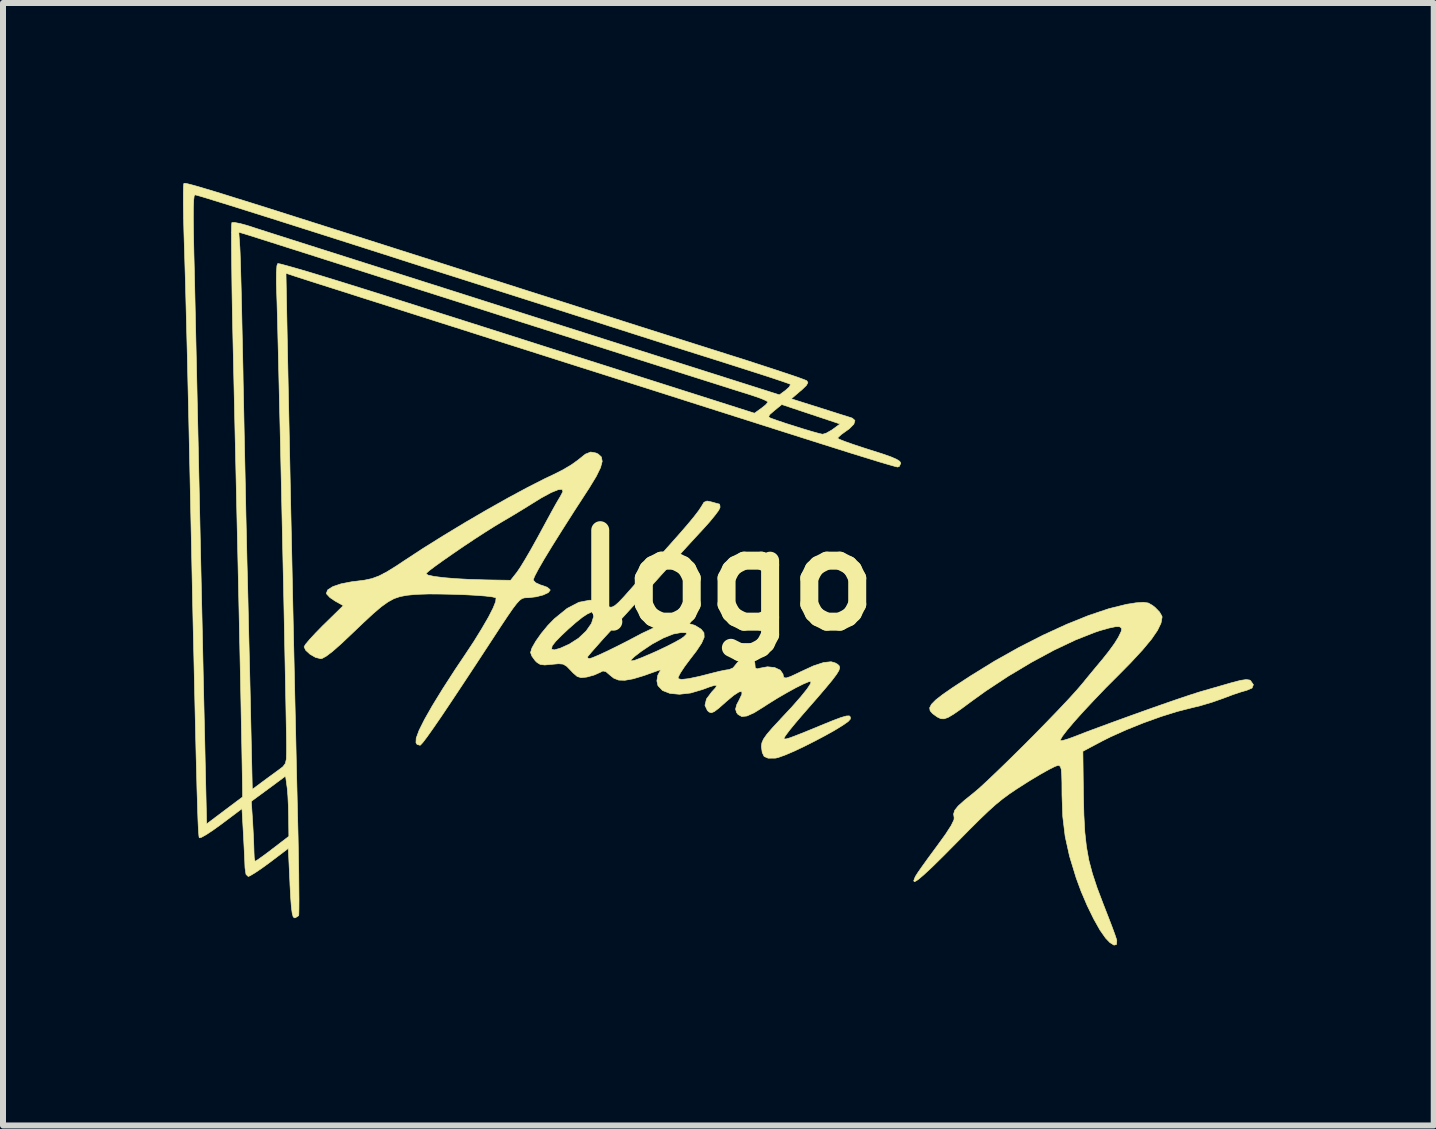
<source format=kicad_pcb>
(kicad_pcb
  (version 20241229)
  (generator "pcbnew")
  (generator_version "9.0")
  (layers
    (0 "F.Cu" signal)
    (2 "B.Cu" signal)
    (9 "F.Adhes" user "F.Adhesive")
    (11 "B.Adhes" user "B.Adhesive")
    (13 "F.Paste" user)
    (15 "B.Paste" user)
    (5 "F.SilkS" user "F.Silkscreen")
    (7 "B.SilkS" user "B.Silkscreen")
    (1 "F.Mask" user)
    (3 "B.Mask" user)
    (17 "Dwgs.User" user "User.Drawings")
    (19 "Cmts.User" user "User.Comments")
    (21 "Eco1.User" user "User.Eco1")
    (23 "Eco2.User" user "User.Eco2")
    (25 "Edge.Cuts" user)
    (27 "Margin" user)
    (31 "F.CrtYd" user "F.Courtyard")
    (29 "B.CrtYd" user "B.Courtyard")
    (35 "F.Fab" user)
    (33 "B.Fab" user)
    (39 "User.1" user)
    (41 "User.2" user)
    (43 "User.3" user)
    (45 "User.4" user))
  (footprint "logo"
    (layer "F.Cu")
    (at 9.056 6.619)
    (property "Reference" "logo" (at 0 0 0) (layer "F.SilkS") (effects (font (size 1.524 1.524) (thickness 0.3))))
    (attr through_hole)
    (fp_poly (pts (xy -2.179 -2.122) (xy -2.138 -2.103) (xy -2.086 -2.055) (xy -2.072 -1.982) (xy -2.1 -1.877) (xy -2.171 -1.732) (xy -2.287 -1.541) (xy -2.307 -1.51) (xy -2.538 -1.154) (xy -2.738 -0.84) (xy -2.906 -0.572) (xy -3.04 -0.352) (xy -3.138 -0.182) (xy -3.199 -0.066) (xy -3.221 -0.007) (xy -3.221 -0.003) (xy -3.182 0.04) (xy -3.099 0.078) (xy -3.075 0.084) (xy -2.988 0.116) (xy -2.942 0.155) (xy -2.939 0.165) (xy -2.972 0.206) (xy -3.057 0.245) (xy -3.174 0.275) (xy -3.303 0.29) (xy -3.331 0.29) (xy -3.371 0.293) (xy -3.409 0.305) (xy -3.449 0.335) (xy -3.499 0.389) (xy -3.565 0.476) (xy -3.652 0.602) (xy -3.767 0.775) (xy -3.893 0.968) (xy -4.164 1.382) (xy -4.398 1.737) (xy -4.596 2.035) (xy -4.759 2.278) (xy -4.89 2.468) (xy -4.989 2.608) (xy -5.058 2.699) (xy -5.099 2.744) (xy -5.107 2.749) (xy -5.157 2.734) (xy -5.175 2.705) (xy -5.171 2.63) (xy -5.123 2.5) (xy -5.032 2.318) (xy -4.9 2.086) (xy -4.728 1.806) (xy -4.518 1.481) (xy -4.364 1.252) (xy -4.208 1.016) (xy -4.075 0.8) (xy -3.967 0.614) (xy -3.89 0.463) (xy -3.847 0.355) (xy -3.841 0.296) (xy -3.846 0.29) (xy -3.904 0.276) (xy -4.02 0.262) (xy -4.18 0.25) (xy -4.368 0.24) (xy -4.572 0.233) (xy -4.775 0.229) (xy -4.965 0.228) (xy -5.125 0.233) (xy -5.198 0.237) (xy -5.328 0.25) (xy -5.439 0.271) (xy -5.54 0.305) (xy -5.641 0.36) (xy -5.754 0.441) (xy -5.889 0.556) (xy -6.055 0.71) (xy -6.227 0.874) (xy -6.416 1.053) (xy -6.562 1.182) (xy -6.668 1.263) (xy -6.739 1.302) (xy -6.762 1.306) (xy -6.848 1.285) (xy -6.94 1.232) (xy -7.012 1.166) (xy -7.039 1.109) (xy -7.015 1.067) (xy -6.947 0.986) (xy -6.847 0.878) (xy -6.725 0.753) (xy -6.713 0.742) (xy -6.386 0.422) (xy -6.522 0.346) (xy -6.609 0.287) (xy -6.662 0.23) (xy -6.668 0.215) (xy -6.645 0.159) (xy -6.56 0.105) (xy -6.424 0.059) (xy -6.249 0.025) (xy -6.184 0.017) (xy -6.033 -0.002) (xy -5.908 -0.029) (xy -5.79 -0.073) (xy -5.72 -0.109) (xy -5.007 -0.109) (xy -4.973 -0.086) (xy -4.874 -0.065) (xy -4.72 -0.045) (xy -4.519 -0.028) (xy -4.281 -0.015) (xy -4.014 -0.007) (xy -3.967 -0.006) (xy -3.598 0) (xy -3.491 -0.136) (xy -3.437 -0.215) (xy -3.358 -0.344) (xy -3.263 -0.507) (xy -3.16 -0.692) (xy -3.102 -0.798) (xy -3.003 -0.981) (xy -2.914 -1.145) (xy -2.84 -1.278) (xy -2.788 -1.367) (xy -2.77 -1.396) (xy -2.727 -1.478) (xy -2.74 -1.516) (xy -2.806 -1.51) (xy -2.923 -1.462) (xy -3.091 -1.371) (xy -3.281 -1.253) (xy -3.404 -1.177) (xy -3.559 -1.083) (xy -3.716 -0.99) (xy -3.737 -0.978) (xy -3.872 -0.897) (xy -4.032 -0.796) (xy -4.208 -0.682) (xy -4.388 -0.562) (xy -4.563 -0.442) (xy -4.722 -0.331) (xy -4.856 -0.235) (xy -4.953 -0.162) (xy -5.003 -0.117) (xy -5.007 -0.109) (xy -5.72 -0.109) (xy -5.661 -0.14) (xy -5.503 -0.238) (xy -5.383 -0.318) (xy -5.064 -0.527) (xy -4.717 -0.744) (xy -4.355 -0.963) (xy -3.991 -1.175) (xy -3.639 -1.373) (xy -3.312 -1.549) (xy -3.023 -1.696) (xy -2.88 -1.763) (xy -2.728 -1.84) (xy -2.583 -1.926) (xy -2.473 -2.005) (xy -2.46 -2.016) (xy -2.351 -2.103) (xy -2.264 -2.137) (xy -2.179 -2.122)) (stroke (width 0.01) (type solid)) (fill yes) (layer "F.SilkS"))
    (fp_poly (pts (xy 7.026 0.378) (xy 7.095 0.417) (xy 7.14 0.452) (xy 7.214 0.528) (xy 7.254 0.597) (xy 7.257 0.613) (xy 7.239 0.713) (xy 7.181 0.834) (xy 7.08 0.981) (xy 6.932 1.159) (xy 6.734 1.373) (xy 6.53 1.58) (xy 6.317 1.793) (xy 6.121 1.998) (xy 5.945 2.186) (xy 5.795 2.353) (xy 5.678 2.491) (xy 5.598 2.595) (xy 5.562 2.657) (xy 5.562 2.672) (xy 5.603 2.669) (xy 5.691 2.643) (xy 5.809 2.6) (xy 5.811 2.599) (xy 5.993 2.528) (xy 6.217 2.445) (xy 6.469 2.352) (xy 6.737 2.255) (xy 7.008 2.158) (xy 7.269 2.066) (xy 7.506 1.984) (xy 7.708 1.916) (xy 7.86 1.867) (xy 7.91 1.852) (xy 8.073 1.805) (xy 8.261 1.751) (xy 8.413 1.707) (xy 8.562 1.668) (xy 8.658 1.654) (xy 8.715 1.662) (xy 8.731 1.672) (xy 8.778 1.739) (xy 8.756 1.795) (xy 8.667 1.833) (xy 8.663 1.834) (xy 8.572 1.86) (xy 8.44 1.904) (xy 8.294 1.959) (xy 8.276 1.966) (xy 8.097 2.029) (xy 7.896 2.089) (xy 7.732 2.129) (xy 7.505 2.187) (xy 7.237 2.271) (xy 6.948 2.375) (xy 6.662 2.49) (xy 6.399 2.608) (xy 6.261 2.677) (xy 5.937 2.849) (xy 5.946 3.574) (xy 5.954 3.911) (xy 5.969 4.192) (xy 5.996 4.437) (xy 6.036 4.662) (xy 6.095 4.885) (xy 6.174 5.124) (xy 6.277 5.396) (xy 6.291 5.432) (xy 6.362 5.614) (xy 6.424 5.776) (xy 6.471 5.904) (xy 6.498 5.985) (xy 6.502 6.002) (xy 6.497 6.068) (xy 6.456 6.079) (xy 6.387 6.036) (xy 6.316 5.962) (xy 6.222 5.828) (xy 6.117 5.641) (xy 6.009 5.42) (xy 5.907 5.181) (xy 5.825 4.958) (xy 5.715 4.598) (xy 5.642 4.268) (xy 5.602 3.937) (xy 5.589 3.577) (xy 5.589 3.565) (xy 5.588 3.37) (xy 5.584 3.236) (xy 5.577 3.151) (xy 5.563 3.106) (xy 5.543 3.087) (xy 5.522 3.084) (xy 5.469 3.103) (xy 5.368 3.154) (xy 5.231 3.231) (xy 5.07 3.327) (xy 4.987 3.379) (xy 4.838 3.474) (xy 4.712 3.559) (xy 4.597 3.644) (xy 4.482 3.738) (xy 4.359 3.849) (xy 4.215 3.987) (xy 4.042 4.159) (xy 3.838 4.366) (xy 3.608 4.598) (xy 3.424 4.779) (xy 3.285 4.908) (xy 3.189 4.989) (xy 3.134 5.022) (xy 3.118 5.009) (xy 3.139 4.951) (xy 3.152 4.926) (xy 3.189 4.868) (xy 3.261 4.765) (xy 3.358 4.63) (xy 3.47 4.478) (xy 3.504 4.432) (xy 3.648 4.233) (xy 3.743 4.086) (xy 3.789 3.991) (xy 3.792 3.956) (xy 3.783 3.894) (xy 3.802 3.832) (xy 3.859 3.761) (xy 3.961 3.669) (xy 4.094 3.562) (xy 4.195 3.478) (xy 4.336 3.349) (xy 4.508 3.185) (xy 4.703 2.996) (xy 4.911 2.791) (xy 5.124 2.578) (xy 5.331 2.366) (xy 5.524 2.166) (xy 5.695 1.985) (xy 5.833 1.833) (xy 5.93 1.72) (xy 6.03 1.597) (xy 6.152 1.45) (xy 6.268 1.311) (xy 6.269 1.31) (xy 6.371 1.181) (xy 6.464 1.053) (xy 6.528 0.95) (xy 6.533 0.94) (xy 6.576 0.851) (xy 6.585 0.804) (xy 6.562 0.781) (xy 6.543 0.773) (xy 6.481 0.773) (xy 6.367 0.797) (xy 6.219 0.839) (xy 6.133 0.868) (xy 5.812 0.995) (xy 5.455 1.164) (xy 5.077 1.368) (xy 4.694 1.597) (xy 4.321 1.843) (xy 4.082 2.015) (xy 3.909 2.143) (xy 3.782 2.231) (xy 3.691 2.285) (xy 3.624 2.308) (xy 3.571 2.306) (xy 3.521 2.283) (xy 3.501 2.271) (xy 3.433 2.221) (xy 3.392 2.174) (xy 3.384 2.125) (xy 3.414 2.066) (xy 3.485 1.994) (xy 3.603 1.902) (xy 3.772 1.785) (xy 3.997 1.638) (xy 4.069 1.591) (xy 4.468 1.345) (xy 4.873 1.118) (xy 5.276 0.913) (xy 5.666 0.734) (xy 6.033 0.586) (xy 6.37 0.473) (xy 6.665 0.4) (xy 6.823 0.375) (xy 6.945 0.367) (xy 7.026 0.378)) (stroke (width 0.01) (type solid)) (fill yes) (layer "F.SilkS"))
    (fp_poly (pts (xy -0.245 -1.304) (xy -0.163 -1.281) (xy -0.12 -1.27) (xy -0.118 -1.27) (xy -0.11 -1.24) (xy -0.109 -1.213) (xy -0.132 -1.165) (xy -0.197 -1.078) (xy -0.291 -0.964) (xy -0.39 -0.854) (xy -0.516 -0.718) (xy -0.673 -0.547) (xy -0.845 -0.357) (xy -1.016 -0.168) (xy -1.089 -0.088) (xy -1.269 0.113) (xy -1.475 0.339) (xy -1.682 0.567) (xy -1.87 0.772) (xy -1.914 0.821) (xy -2.05 0.969) (xy -2.166 1.1) (xy -2.256 1.202) (xy -2.31 1.267) (xy -2.322 1.285) (xy -2.295 1.306) (xy -2.288 1.306) (xy -2.234 1.29) (xy -2.13 1.246) (xy -1.987 1.18) (xy -1.82 1.098) (xy -1.641 1.007) (xy -1.463 0.913) (xy -1.419 0.889) (xy -1.154 0.764) (xy -0.922 0.7) (xy -0.718 0.695) (xy -0.533 0.749) (xy -0.515 0.758) (xy -0.425 0.814) (xy -0.377 0.873) (xy -0.373 0.948) (xy -0.415 1.046) (xy -0.504 1.18) (xy -0.601 1.306) (xy -0.696 1.433) (xy -0.767 1.54) (xy -0.805 1.613) (xy -0.807 1.639) (xy -0.751 1.652) (xy -0.631 1.639) (xy -0.448 1.6) (xy -0.237 1.546) (xy -0.112 1.515) (xy -0.007 1.494) (xy 0.043 1.488) (xy 0.109 1.459) (xy 0.145 1.415) (xy 0.214 1.33) (xy 0.305 1.27) (xy 0.39 1.25) (xy 0.412 1.255) (xy 0.459 1.309) (xy 0.472 1.385) (xy 0.478 1.459) (xy 0.509 1.476) (xy 0.553 1.465) (xy 0.682 1.441) (xy 0.802 1.454) (xy 0.895 1.497) (xy 0.941 1.564) (xy 0.943 1.583) (xy 0.954 1.62) (xy 0.992 1.628) (xy 1.068 1.603) (xy 1.194 1.544) (xy 1.226 1.528) (xy 1.447 1.426) (xy 1.617 1.37) (xy 1.742 1.357) (xy 1.809 1.376) (xy 1.85 1.399) (xy 1.876 1.424) (xy 1.885 1.456) (xy 1.872 1.502) (xy 1.832 1.568) (xy 1.762 1.661) (xy 1.658 1.787) (xy 1.516 1.953) (xy 1.331 2.165) (xy 1.257 2.25) (xy 1.141 2.386) (xy 1.046 2.502) (xy 0.982 2.588) (xy 0.955 2.633) (xy 0.956 2.637) (xy 0.97 2.644) (xy 0.997 2.642) (xy 1.046 2.628) (xy 1.128 2.598) (xy 1.251 2.55) (xy 1.426 2.479) (xy 1.578 2.416) (xy 1.772 2.337) (xy 1.908 2.286) (xy 1.996 2.261) (xy 2.045 2.259) (xy 2.063 2.278) (xy 2.062 2.313) (xy 2.026 2.353) (xy 1.936 2.416) (xy 1.806 2.496) (xy 1.647 2.585) (xy 1.471 2.678) (xy 1.293 2.768) (xy 1.124 2.848) (xy 0.976 2.911) (xy 0.863 2.952) (xy 0.816 2.963) (xy 0.693 2.964) (xy 0.626 2.935) (xy 0.594 2.868) (xy 0.581 2.771) (xy 0.581 2.769) (xy 0.588 2.71) (xy 0.615 2.647) (xy 0.671 2.567) (xy 0.762 2.461) (xy 0.898 2.315) (xy 0.899 2.313) (xy 1.09 2.109) (xy 1.238 1.94) (xy 1.342 1.811) (xy 1.399 1.724) (xy 1.407 1.685) (xy 1.366 1.691) (xy 1.276 1.729) (xy 1.15 1.792) (xy 1 1.875) (xy 0.838 1.969) (xy 0.678 2.069) (xy 0.622 2.106) (xy 0.459 2.207) (xy 0.339 2.261) (xy 0.253 2.27) (xy 0.191 2.235) (xy 0.167 2.204) (xy 0.15 2.146) (xy 0.17 2.071) (xy 0.21 1.995) (xy 0.256 1.898) (xy 0.254 1.853) (xy 0.207 1.86) (xy 0.117 1.918) (xy -0.012 2.026) (xy -0.018 2.032) (xy -0.131 2.132) (xy -0.205 2.188) (xy -0.254 2.207) (xy -0.291 2.195) (xy -0.319 2.17) (xy -0.36 2.083) (xy -0.334 1.977) (xy -0.247 1.861) (xy -0.182 1.79) (xy -0.165 1.754) (xy -0.2 1.75) (xy -0.292 1.779) (xy -0.399 1.819) (xy -0.599 1.878) (xy -0.785 1.899) (xy -0.944 1.884) (xy -1.067 1.836) (xy -1.143 1.756) (xy -1.161 1.676) (xy -1.146 1.583) (xy -1.116 1.526) (xy -1.092 1.493) (xy -1.126 1.498) (xy -1.143 1.504) (xy -1.378 1.588) (xy -1.558 1.642) (xy -1.694 1.666) (xy -1.797 1.663) (xy -1.879 1.631) (xy -1.944 1.579) (xy -2.011 1.521) (xy -2.061 1.511) (xy -2.115 1.538) (xy -2.205 1.578) (xy -2.32 1.61) (xy -2.334 1.613) (xy -2.423 1.622) (xy -2.488 1.603) (xy -2.556 1.544) (xy -2.591 1.507) (xy -2.663 1.433) (xy -2.723 1.397) (xy -2.798 1.39) (xy -2.91 1.4) (xy -3.03 1.411) (xy -3.104 1.402) (xy -3.158 1.369) (xy -3.188 1.34) (xy -3.199 1.325) (xy -1.591 1.325) (xy -1.589 1.345) (xy -1.527 1.332) (xy -1.404 1.285) (xy -1.218 1.205) (xy -1.151 1.175) (xy -0.993 1.1) (xy -0.855 1.029) (xy -0.753 0.971) (xy -0.709 0.939) (xy -0.664 0.893) (xy -0.673 0.874) (xy -0.743 0.871) (xy -0.758 0.871) (xy -0.888 0.895) (xy -1.055 0.962) (xy -1.243 1.064) (xy -1.422 1.184) (xy -1.535 1.271) (xy -1.591 1.325) (xy -3.199 1.325) (xy -3.243 1.265) (xy -3.266 1.203) (xy -3.249 1.148) (xy -2.916 1.148) (xy -2.87 1.16) (xy -2.769 1.131) (xy -2.616 1.062) (xy -2.616 1.061) (xy -2.466 0.965) (xy -2.339 0.845) (xy -2.251 0.719) (xy -2.214 0.602) (xy -2.213 0.592) (xy -2.218 0.536) (xy -2.244 0.526) (xy -2.313 0.558) (xy -2.32 0.561) (xy -2.402 0.615) (xy -2.512 0.703) (xy -2.634 0.81) (xy -2.751 0.92) (xy -2.847 1.018) (xy -2.903 1.089) (xy -2.906 1.094) (xy -2.916 1.148) (xy -3.249 1.148) (xy -3.242 1.126) (xy -3.178 1.014) (xy -3.086 0.884) (xy -2.978 0.753) (xy -2.87 0.642) (xy -2.657 0.469) (xy -2.46 0.366) (xy -2.277 0.331) (xy -2.107 0.365) (xy -2.037 0.401) (xy -1.988 0.431) (xy -1.948 0.448) (xy -1.908 0.446) (xy -1.86 0.421) (xy -1.796 0.365) (xy -1.709 0.273) (xy -1.59 0.139) (xy -1.43 -0.043) (xy -1.42 -0.054) (xy -1.262 -0.235) (xy -1.087 -0.433) (xy -0.918 -0.623) (xy -0.776 -0.783) (xy -0.775 -0.784) (xy -0.654 -0.924) (xy -0.546 -1.054) (xy -0.464 -1.161) (xy -0.421 -1.226) (xy -0.376 -1.3) (xy -0.326 -1.321) (xy -0.245 -1.304)) (stroke (width 0.01) (type solid)) (fill yes) (layer "F.SilkS"))
    (fp_poly (pts (xy -9.018 -6.614) (xy -8.989 -6.609) (xy -8.945 -6.598) (xy -8.883 -6.582) (xy -8.798 -6.558) (xy -8.688 -6.525) (xy -8.55 -6.484) (xy -8.381 -6.432) (xy -8.177 -6.368) (xy -7.935 -6.293) (xy -7.652 -6.204) (xy -7.325 -6.1) (xy -6.95 -5.981) (xy -6.525 -5.846) (xy -6.045 -5.694) (xy -5.509 -5.523) (xy -4.912 -5.333) (xy -4.252 -5.122) (xy -3.719 -4.953) (xy -3.269 -4.809) (xy -2.805 -4.662) (xy -2.339 -4.513) (xy -1.88 -4.367) (xy -1.438 -4.226) (xy -1.022 -4.094) (xy -0.644 -3.974) (xy -0.313 -3.869) (xy -0.038 -3.782) (xy 0.018 -3.764) (xy 0.31 -3.672) (xy 0.58 -3.584) (xy 0.822 -3.505) (xy 1.026 -3.437) (xy 1.186 -3.383) (xy 1.292 -3.344) (xy 1.337 -3.325) (xy 1.337 -3.325) (xy 1.355 -3.293) (xy 1.329 -3.246) (xy 1.252 -3.172) (xy 1.232 -3.156) (xy 1.078 -3.024) (xy 1.564 -2.871) (xy 1.743 -2.814) (xy 1.9 -2.764) (xy 2.019 -2.727) (xy 2.087 -2.705) (xy 2.095 -2.702) (xy 2.139 -2.663) (xy 2.121 -2.602) (xy 2.045 -2.525) (xy 1.996 -2.49) (xy 1.911 -2.429) (xy 1.859 -2.381) (xy 1.851 -2.367) (xy 1.883 -2.348) (xy 1.974 -2.312) (xy 2.11 -2.264) (xy 2.279 -2.208) (xy 2.376 -2.177) (xy 2.587 -2.11) (xy 2.736 -2.058) (xy 2.833 -2.016) (xy 2.885 -1.983) (xy 2.902 -1.953) (xy 2.902 -1.95) (xy 2.878 -1.897) (xy 2.851 -1.887) (xy 2.805 -1.898) (xy 2.699 -1.928) (xy 2.539 -1.975) (xy 2.335 -2.038) (xy 2.095 -2.112) (xy 1.826 -2.197) (xy 1.553 -2.283) (xy 0.587 -2.59) (xy 0.151 -2.729) (xy 0.7 -2.729) (xy 0.723 -2.707) (xy 0.743 -2.699) (xy 0.843 -2.663) (xy 0.979 -2.617) (xy 1.134 -2.568) (xy 1.29 -2.519) (xy 1.431 -2.477) (xy 1.539 -2.447) (xy 1.597 -2.434) (xy 1.599 -2.433) (xy 1.662 -2.452) (xy 1.75 -2.502) (xy 1.773 -2.518) (xy 1.891 -2.605) (xy 1.405 -2.767) (xy 0.92 -2.929) (xy 0.796 -2.828) (xy 0.722 -2.764) (xy 0.7 -2.729) (xy 0.151 -2.729) (xy -0.312 -2.876) (xy -1.146 -3.142) (xy -1.917 -3.387) (xy -2.626 -3.612) (xy -3.276 -3.819) (xy -3.868 -4.007) (xy -4.404 -4.178) (xy -4.886 -4.331) (xy -5.317 -4.468) (xy -5.697 -4.59) (xy -6.029 -4.695) (xy -6.316 -4.787) (xy -6.558 -4.864) (xy -6.757 -4.927) (xy -6.917 -4.978) (xy -7.038 -5.017) (xy -7.122 -5.044) (xy -7.171 -5.06) (xy -7.181 -5.063) (xy -7.341 -5.116) (xy -7.317 -3.891) (xy -7.304 -3.253) (xy -7.29 -2.591) (xy -7.276 -1.916) (xy -7.262 -1.234) (xy -7.247 -0.553) (xy -7.233 0.118) (xy -7.219 0.773) (xy -7.205 1.403) (xy -7.192 2) (xy -7.179 2.557) (xy -7.168 3.066) (xy -7.157 3.519) (xy -7.148 3.907) (xy -7.147 3.946) (xy -7.139 4.281) (xy -7.133 4.594) (xy -7.128 4.878) (xy -7.126 5.124) (xy -7.124 5.325) (xy -7.125 5.475) (xy -7.127 5.565) (xy -7.13 5.588) (xy -7.183 5.622) (xy -7.201 5.624) (xy -7.221 5.607) (xy -7.237 5.55) (xy -7.251 5.445) (xy -7.263 5.283) (xy -7.275 5.058) (xy -7.275 5.046) (xy -7.302 4.467) (xy -7.611 4.701) (xy -7.743 4.797) (xy -7.857 4.874) (xy -7.939 4.923) (xy -7.97 4.935) (xy -8.007 4.9) (xy -8.023 4.795) (xy -8.024 4.781) (xy -8.028 4.68) (xy -8.035 4.53) (xy -8.044 4.352) (xy -8.051 4.216) (xy -8.074 3.805) (xy -8.416 4.062) (xy -8.552 4.16) (xy -8.666 4.236) (xy -8.748 4.282) (xy -8.785 4.291) (xy -8.789 4.278) (xy -8.793 4.246) (xy -8.797 4.192) (xy -8.802 4.112) (xy -8.807 4.004) (xy -8.812 3.865) (xy -8.817 3.692) (xy -8.824 3.481) (xy -8.83 3.23) (xy -8.838 2.936) (xy -8.846 2.595) (xy -8.855 2.205) (xy -8.865 1.763) (xy -8.876 1.265) (xy -8.889 0.709) (xy -8.902 0.092) (xy -8.916 -0.59) (xy -8.932 -1.339) (xy -8.944 -1.905) (xy -8.954 -2.368) (xy -8.964 -2.836) (xy -8.975 -3.299) (xy -8.985 -3.749) (xy -8.996 -4.175) (xy -9.006 -4.57) (xy -9.015 -4.923) (xy -9.024 -5.226) (xy -9.031 -5.469) (xy -9.034 -5.551) (xy -9.042 -5.818) (xy -9.047 -6.034) (xy -8.885 -6.034) (xy -8.882 -5.794) (xy -8.876 -5.488) (xy -8.875 -5.434) (xy -8.87 -5.244) (xy -8.864 -4.989) (xy -8.857 -4.677) (xy -8.849 -4.315) (xy -8.84 -3.91) (xy -8.83 -3.47) (xy -8.82 -3.003) (xy -8.809 -2.516) (xy -8.798 -2.016) (xy -8.787 -1.511) (xy -8.781 -1.234) (xy -8.77 -0.728) (xy -8.759 -0.222) (xy -8.748 0.277) (xy -8.737 0.761) (xy -8.727 1.222) (xy -8.718 1.654) (xy -8.709 2.047) (xy -8.701 2.394) (xy -8.694 2.689) (xy -8.689 2.922) (xy -8.687 3.019) (xy -8.663 4.06) (xy -8.368 3.838) (xy -8.244 3.745) (xy -8.162 3.683) (xy -7.919 3.683) (xy -7.896 4.028) (xy -7.887 4.199) (xy -7.879 4.363) (xy -7.875 4.491) (xy -7.874 4.527) (xy -7.87 4.621) (xy -7.859 4.675) (xy -7.853 4.681) (xy -7.817 4.66) (xy -7.738 4.604) (xy -7.629 4.524) (xy -7.563 4.473) (xy -7.293 4.266) (xy -7.297 3.938) (xy -7.301 3.766) (xy -7.309 3.597) (xy -7.32 3.464) (xy -7.324 3.436) (xy -7.348 3.262) (xy -7.633 3.473) (xy -7.919 3.683) (xy -8.162 3.683) (xy -8.144 3.67) (xy -8.081 3.623) (xy -8.065 3.611) (xy -8.064 3.574) (xy -8.065 3.469) (xy -8.068 3.299) (xy -8.072 3.067) (xy -8.077 2.778) (xy -8.084 2.436) (xy -8.091 2.044) (xy -8.1 1.606) (xy -8.11 1.125) (xy -8.121 0.607) (xy -8.133 0.054) (xy -8.146 -0.53) (xy -8.16 -1.141) (xy -8.174 -1.776) (xy -8.189 -2.429) (xy -8.204 -3.098) (xy -8.217 -3.683) (xy -8.226 -4.081) (xy -8.234 -4.456) (xy -8.24 -4.805) (xy -8.244 -5.119) (xy -8.247 -5.392) (xy -8.249 -5.62) (xy -8.249 -5.794) (xy -8.249 -5.8) (xy -8.127 -5.8) (xy -8.109 -5.54) (xy -8.105 -5.454) (xy -8.1 -5.303) (xy -8.094 -5.095) (xy -8.087 -4.838) (xy -8.08 -4.541) (xy -8.073 -4.21) (xy -8.065 -3.853) (xy -8.057 -3.48) (xy -8.055 -3.338) (xy -8.046 -2.91) (xy -8.037 -2.455) (xy -8.027 -1.988) (xy -8.017 -1.524) (xy -8.008 -1.076) (xy -7.998 -0.661) (xy -7.99 -0.291) (xy -7.983 -0.036) (xy -7.974 0.333) (xy -7.965 0.734) (xy -7.955 1.147) (xy -7.945 1.554) (xy -7.936 1.934) (xy -7.929 2.27) (xy -7.926 2.404) (xy -7.902 3.484) (xy -7.752 3.372) (xy -7.63 3.282) (xy -7.504 3.19) (xy -7.467 3.163) (xy -7.391 3.105) (xy -7.351 3.051) (xy -7.334 2.976) (xy -7.331 2.855) (xy -7.331 2.848) (xy -7.331 2.758) (xy -7.333 2.601) (xy -7.337 2.385) (xy -7.342 2.114) (xy -7.348 1.797) (xy -7.355 1.439) (xy -7.363 1.047) (xy -7.371 0.626) (xy -7.38 0.184) (xy -7.39 -0.273) (xy -7.4 -0.74) (xy -7.41 -1.209) (xy -7.42 -1.675) (xy -7.43 -2.13) (xy -7.44 -2.569) (xy -7.45 -2.985) (xy -7.459 -3.373) (xy -7.467 -3.724) (xy -7.475 -4.034) (xy -7.481 -4.296) (xy -7.487 -4.503) (xy -7.491 -4.649) (xy -7.493 -4.705) (xy -7.501 -4.952) (xy -7.5 -5.131) (xy -7.492 -5.241) (xy -7.478 -5.278) (xy -7.437 -5.271) (xy -7.334 -5.244) (xy -7.174 -5.199) (xy -6.965 -5.138) (xy -6.712 -5.061) (xy -6.422 -4.972) (xy -6.102 -4.872) (xy -5.757 -4.764) (xy -5.544 -4.696) (xy -5.147 -4.57) (xy -4.737 -4.439) (xy -4.327 -4.309) (xy -3.928 -4.182) (xy -3.551 -4.062) (xy -3.207 -3.952) (xy -2.909 -3.857) (xy -2.667 -3.781) (xy -2.649 -3.775) (xy -2.33 -3.674) (xy -1.965 -3.558) (xy -1.577 -3.434) (xy -1.19 -3.311) (xy -0.826 -3.195) (xy -0.593 -3.121) (xy 0.465 -2.784) (xy 0.577 -2.864) (xy 0.65 -2.922) (xy 0.688 -2.966) (xy 0.689 -2.972) (xy 0.657 -2.994) (xy 0.571 -3.031) (xy 0.447 -3.074) (xy 0.39 -3.093) (xy 0.275 -3.129) (xy 0.115 -3.179) (xy -0.092 -3.245) (xy -0.348 -3.326) (xy -0.655 -3.423) (xy -1.016 -3.538) (xy -1.432 -3.67) (xy -1.905 -3.821) (xy -2.438 -3.991) (xy -3.031 -4.18) (xy -3.689 -4.389) (xy -4.411 -4.62) (xy -5.062 -4.827) (xy -5.503 -4.968) (xy -5.926 -5.103) (xy -6.325 -5.23) (xy -6.696 -5.348) (xy -7.031 -5.455) (xy -7.328 -5.549) (xy -7.579 -5.629) (xy -7.78 -5.693) (xy -7.925 -5.739) (xy -8.009 -5.765) (xy -8.028 -5.771) (xy -8.127 -5.8) (xy -8.249 -5.8) (xy -8.247 -5.909) (xy -8.243 -5.958) (xy -8.242 -5.96) (xy -8.197 -5.962) (xy -8.103 -5.944) (xy -7.977 -5.909) (xy -7.945 -5.899) (xy -7.845 -5.866) (xy -7.686 -5.815) (xy -7.48 -5.749) (xy -7.235 -5.671) (xy -6.962 -5.584) (xy -6.673 -5.492) (xy -6.477 -5.43) (xy -6.167 -5.331) (xy -5.804 -5.216) (xy -5.405 -5.089) (xy -4.984 -4.955) (xy -4.559 -4.82) (xy -4.145 -4.688) (xy -3.759 -4.565) (xy -3.719 -4.552) (xy -3.317 -4.424) (xy -2.867 -4.281) (xy -2.391 -4.13) (xy -1.907 -3.976) (xy -1.435 -3.826) (xy -0.995 -3.686) (xy -0.639 -3.573) (xy 0.881 -3.09) (xy 0.985 -3.167) (xy 1.046 -3.222) (xy 1.065 -3.262) (xy 1.062 -3.267) (xy 1.021 -3.283) (xy 0.92 -3.318) (xy 0.768 -3.369) (xy 0.571 -3.433) (xy 0.34 -3.507) (xy 0.083 -3.589) (xy -0.036 -3.627) (xy -0.343 -3.724) (xy -0.664 -3.825) (xy -0.983 -3.926) (xy -1.283 -4.022) (xy -1.547 -4.106) (xy -1.759 -4.174) (xy -1.76 -4.174) (xy -1.963 -4.239) (xy -2.22 -4.322) (xy -2.516 -4.416) (xy -2.835 -4.518) (xy -3.162 -4.622) (xy -3.483 -4.724) (xy -3.574 -4.753) (xy -3.902 -4.857) (xy -4.253 -4.969) (xy -4.609 -5.082) (xy -4.953 -5.191) (xy -5.266 -5.291) (xy -5.531 -5.376) (xy -5.57 -5.389) (xy -6.162 -5.578) (xy -6.701 -5.75) (xy -7.183 -5.903) (xy -7.608 -6.038) (xy -7.974 -6.153) (xy -8.279 -6.249) (xy -8.522 -6.324) (xy -8.7 -6.379) (xy -8.813 -6.412) (xy -8.858 -6.423) (xy -8.871 -6.401) (xy -8.879 -6.332) (xy -8.884 -6.211) (xy -8.885 -6.034) (xy -9.047 -6.034) (xy -9.048 -6.061) (xy -9.051 -6.271) (xy -9.051 -6.439) (xy -9.049 -6.554) (xy -9.044 -6.609) (xy -9.042 -6.611) (xy -9.035 -6.614) (xy -9.018 -6.614)) (stroke (width 0.01) (type solid)) (fill yes) (layer "F.SilkS")))
  (gr_rect
    (start -3 -3)
    (end 20.839 15.703)
    (stroke (width 0.1) (type default))
    (fill no)
    (layer "Edge.Cuts")))
</source>
